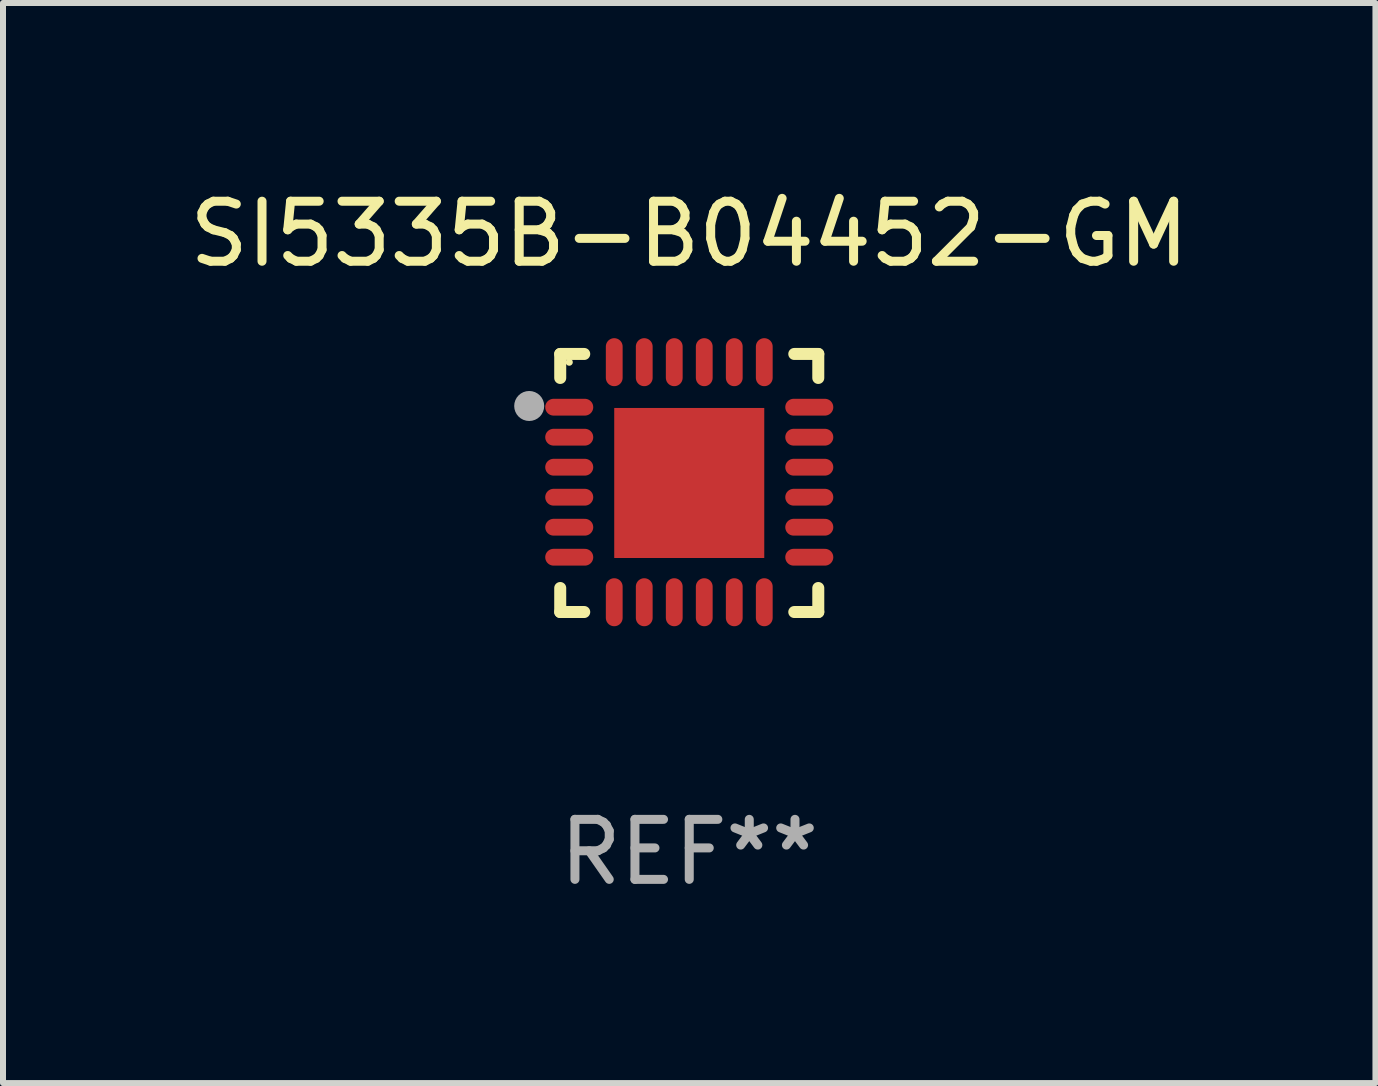
<source format=kicad_pcb>
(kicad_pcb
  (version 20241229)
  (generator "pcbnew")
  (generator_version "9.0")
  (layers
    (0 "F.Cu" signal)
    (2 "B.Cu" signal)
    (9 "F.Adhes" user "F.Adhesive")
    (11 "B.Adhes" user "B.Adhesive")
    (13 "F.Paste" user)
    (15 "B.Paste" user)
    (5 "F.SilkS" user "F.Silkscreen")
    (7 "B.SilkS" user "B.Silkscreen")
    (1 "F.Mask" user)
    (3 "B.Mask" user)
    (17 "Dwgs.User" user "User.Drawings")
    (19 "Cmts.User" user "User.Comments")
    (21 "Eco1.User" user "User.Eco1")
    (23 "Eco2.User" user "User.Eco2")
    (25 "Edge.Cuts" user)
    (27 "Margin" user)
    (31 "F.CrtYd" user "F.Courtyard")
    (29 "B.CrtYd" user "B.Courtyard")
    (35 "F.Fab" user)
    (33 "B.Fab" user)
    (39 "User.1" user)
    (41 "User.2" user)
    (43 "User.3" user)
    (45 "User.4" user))
  (footprint "SI5335B-B04452-GM"
    (layer "F.Cu")
    (at 8.435 4.998)
    (property "Reference" "SI5335B-B04452-GM" (at 0 -4.15 0) (layer "F.SilkS") (effects (font (size 1 1) (thickness 0.15))))
    (attr through_hole)
    (fp_line (start -2.15 -2.15) (end -1.75 -2.15) (stroke (width 0.2) (type solid)) (layer "F.SilkS"))
    (fp_line (start -2.15 -1.75) (end -2.15 -2.15) (stroke (width 0.2) (type solid)) (layer "F.SilkS"))
    (fp_line (start -2.15 2.15) (end -2.15 1.75) (stroke (width 0.2) (type solid)) (layer "F.SilkS"))
    (fp_line (start -1.75 2.15) (end -2.15 2.15) (stroke (width 0.2) (type solid)) (layer "F.SilkS"))
    (fp_line (start 1.75 -2.15) (end 2.15 -2.15) (stroke (width 0.2) (type solid)) (layer "F.SilkS"))
    (fp_line (start 1.75 2.15) (end 2.15 2.15) (stroke (width 0.2) (type solid)) (layer "F.SilkS"))
    (fp_line (start 2.15 -2.15) (end 2.15 -1.75) (stroke (width 0.2) (type solid)) (layer "F.SilkS"))
    (fp_line (start 2.15 2.15) (end 2.15 1.75) (stroke (width 0.2) (type solid)) (layer "F.SilkS"))
    (fp_circle (center -2 -2.013) (end -1.97 -2.013) (stroke (width 0.06) (type solid)) (fill no) (layer "F.SilkS"))
    (fp_circle (center -2.667 -1.283) (end -2.542 -1.283) (stroke (width 0.25) (type solid)) (fill no) (layer "F.Fab"))
    (fp_text user "REF**" (at 0 6.15 0) (layer "F.Fab") (effects (font (size 1 1) (thickness 0.15))))
    (pad "1" smd oval (at -2 -1.263) (size 0.8 0.28) (layers "F.Cu" "F.Mask" "F.Paste"))
    (pad "2" smd oval (at -2 -0.763) (size 0.8 0.28) (layers "F.Cu" "F.Mask" "F.Paste"))
    (pad "3" smd oval (at -2 -0.263) (size 0.8 0.28) (layers "F.Cu" "F.Mask" "F.Paste"))
    (pad "4" smd oval (at -2 0.237) (size 0.8 0.28) (layers "F.Cu" "F.Mask" "F.Paste"))
    (pad "5" smd oval (at -2 0.737) (size 0.8 0.28) (layers "F.Cu" "F.Mask" "F.Paste"))
    (pad "6" smd oval (at -2 1.237) (size 0.8 0.28) (layers "F.Cu" "F.Mask" "F.Paste"))
    (pad "7" smd oval (at -1.25 1.987) (size 0.28 0.8) (layers "F.Cu" "F.Mask" "F.Paste"))
    (pad "8" smd oval (at -0.75 1.987) (size 0.28 0.8) (layers "F.Cu" "F.Mask" "F.Paste"))
    (pad "9" smd oval (at -0.25 1.987) (size 0.28 0.8) (layers "F.Cu" "F.Mask" "F.Paste"))
    (pad "10" smd oval (at 0.25 1.987) (size 0.28 0.8) (layers "F.Cu" "F.Mask" "F.Paste"))
    (pad "11" smd oval (at 0.75 1.987) (size 0.28 0.8) (layers "F.Cu" "F.Mask" "F.Paste"))
    (pad "12" smd oval (at 1.25 1.987) (size 0.28 0.8) (layers "F.Cu" "F.Mask" "F.Paste"))
    (pad "13" smd oval (at 2 1.237) (size 0.8 0.28) (layers "F.Cu" "F.Mask" "F.Paste"))
    (pad "14" smd oval (at 2 0.737) (size 0.8 0.28) (layers "F.Cu" "F.Mask" "F.Paste"))
    (pad "15" smd oval (at 2 0.237) (size 0.8 0.28) (layers "F.Cu" "F.Mask" "F.Paste"))
    (pad "16" smd oval (at 2 -0.263) (size 0.8 0.28) (layers "F.Cu" "F.Mask" "F.Paste"))
    (pad "17" smd oval (at 2 -0.763) (size 0.8 0.28) (layers "F.Cu" "F.Mask" "F.Paste"))
    (pad "18" smd oval (at 2 -1.263) (size 0.8 0.28) (layers "F.Cu" "F.Mask" "F.Paste"))
    (pad "19" smd oval (at 1.25 -2.013) (size 0.28 0.8) (layers "F.Cu" "F.Mask" "F.Paste"))
    (pad "20" smd oval (at 0.75 -2.013) (size 0.28 0.8) (layers "F.Cu" "F.Mask" "F.Paste"))
    (pad "21" smd oval (at 0.25 -2.013) (size 0.28 0.8) (layers "F.Cu" "F.Mask" "F.Paste"))
    (pad "22" smd oval (at -0.25 -2.013) (size 0.28 0.8) (layers "F.Cu" "F.Mask" "F.Paste"))
    (pad "23" smd oval (at -0.75 -2.013) (size 0.28 0.8) (layers "F.Cu" "F.Mask" "F.Paste"))
    (pad "24" smd oval (at -1.25 -2.013) (size 0.28 0.8) (layers "F.Cu" "F.Mask" "F.Paste"))
    (pad "25" smd rect (at -0.000127 -0.00014) (size 2.5 2.5) (layers "F.Cu" "F.Mask" "F.Paste")))
  (gr_rect
    (start -3 -3)
    (end 19.869 14.997)
    (stroke (width 0.1) (type default))
    (fill no)
    (layer "Edge.Cuts")))
</source>
